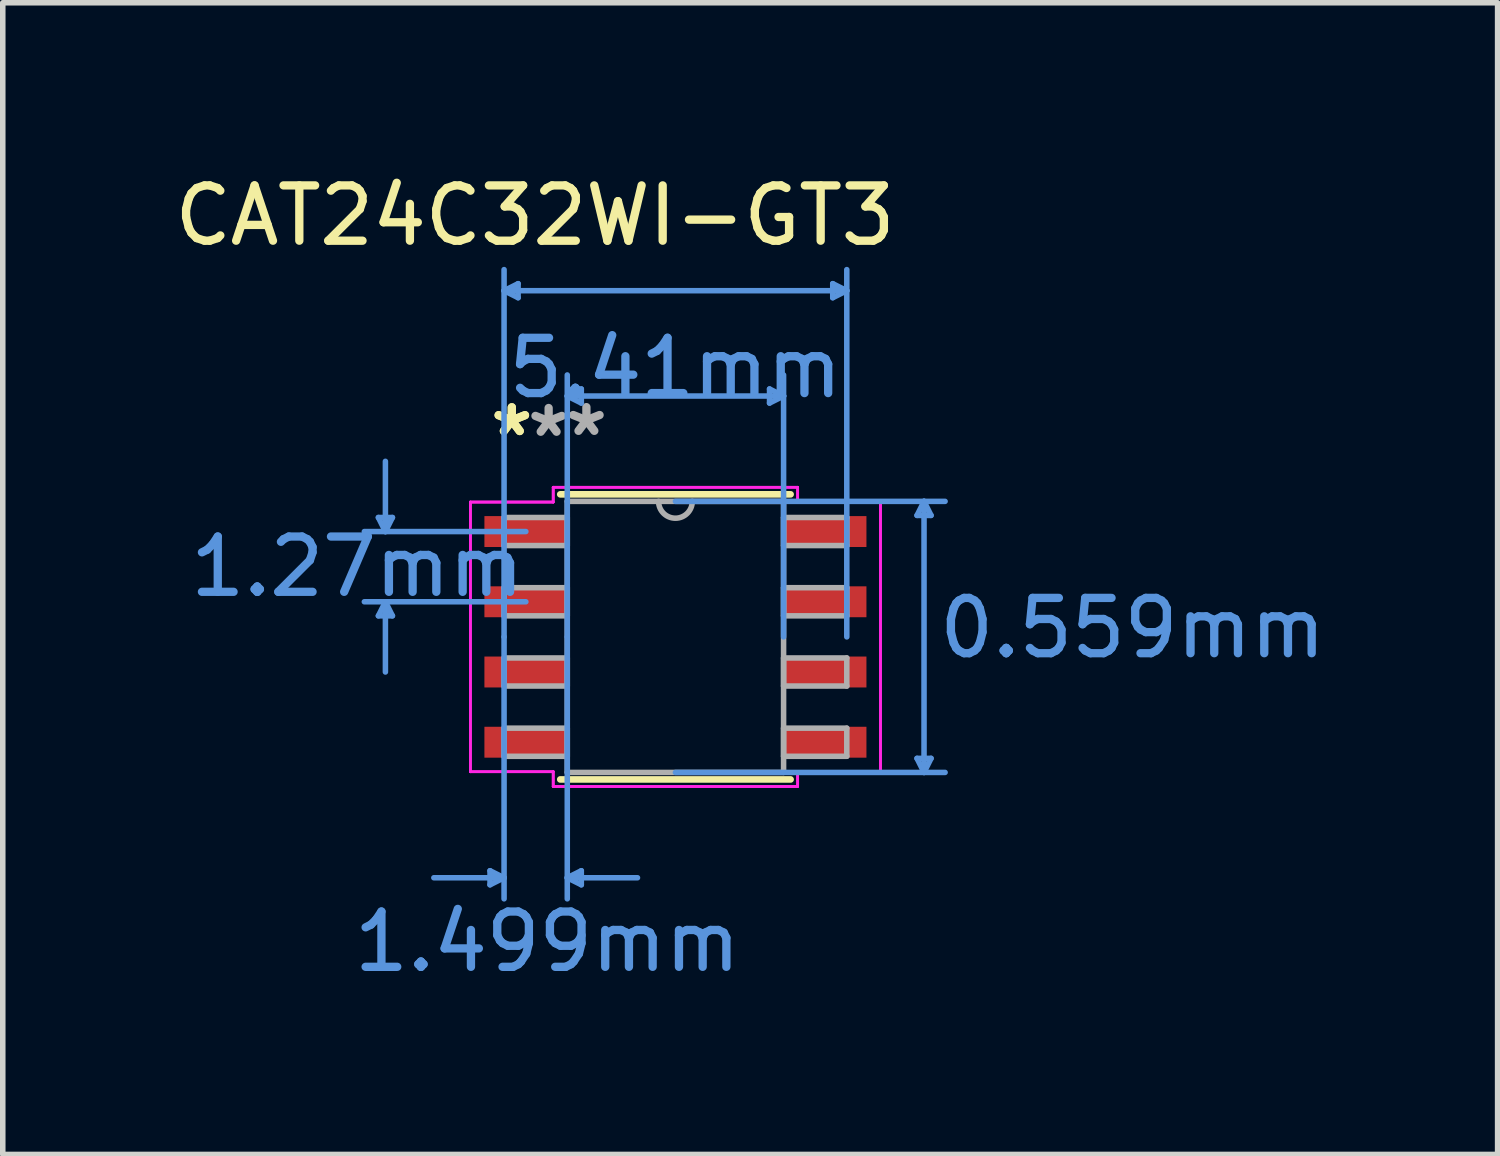
<source format=kicad_pcb>
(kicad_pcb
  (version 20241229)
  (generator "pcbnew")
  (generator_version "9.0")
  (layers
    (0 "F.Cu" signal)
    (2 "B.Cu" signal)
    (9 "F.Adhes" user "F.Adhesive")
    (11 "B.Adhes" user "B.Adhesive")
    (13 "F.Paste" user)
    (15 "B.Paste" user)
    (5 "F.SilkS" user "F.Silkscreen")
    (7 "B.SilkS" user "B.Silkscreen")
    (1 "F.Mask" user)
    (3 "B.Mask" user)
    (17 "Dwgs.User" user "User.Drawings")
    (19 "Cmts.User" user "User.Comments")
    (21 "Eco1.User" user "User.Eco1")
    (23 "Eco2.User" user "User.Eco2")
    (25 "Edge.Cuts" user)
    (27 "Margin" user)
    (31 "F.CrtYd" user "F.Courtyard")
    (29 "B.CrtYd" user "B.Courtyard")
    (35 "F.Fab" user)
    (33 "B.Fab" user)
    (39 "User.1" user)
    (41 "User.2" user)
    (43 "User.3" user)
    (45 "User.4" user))
  (footprint "CAT24C32WI-GT3"
    (layer "F.Cu")
    (at 9.165 8.468)
    (property "Reference" "CAT24C32WI-GT3" (at -2.54 -7.62 0) (layer "F.SilkS") (effects (font (size 1 1) (thickness 0.15))))
    (attr through_hole)
    (fp_line (start -2.083 2.578) (end 2.083 2.578) (stroke (width 0.12) (type solid)) (layer "F.SilkS"))
    (fp_line (start 2.083 -2.578) (end -2.083 -2.578) (stroke (width 0.12) (type solid)) (layer "F.SilkS"))
    (fp_line (start -5.372 -2.159) (end -5.118 -2.159) (stroke (width 0.1) (type solid)) (layer "Cmts.User"))
    (fp_line (start -5.372 -0.381) (end -5.118 -0.381) (stroke (width 0.1) (type solid)) (layer "Cmts.User"))
    (fp_line (start -5.245 -1.905) (end -5.372 -2.159) (stroke (width 0.1) (type solid)) (layer "Cmts.User"))
    (fp_line (start -5.245 -1.905) (end -5.245 -3.175) (stroke (width 0.1) (type solid)) (layer "Cmts.User"))
    (fp_line (start -5.245 -1.905) (end -5.118 -2.159) (stroke (width 0.1) (type solid)) (layer "Cmts.User"))
    (fp_line (start -5.245 -0.635) (end -5.372 -0.381) (stroke (width 0.1) (type solid)) (layer "Cmts.User"))
    (fp_line (start -5.245 -0.635) (end -5.245 0.635) (stroke (width 0.1) (type solid)) (layer "Cmts.User"))
    (fp_line (start -5.245 -0.635) (end -5.118 -0.381) (stroke (width 0.1) (type solid)) (layer "Cmts.User"))
    (fp_line (start -3.353 4.229) (end -3.353 4.483) (stroke (width 0.1) (type solid)) (layer "Cmts.User"))
    (fp_line (start -3.099 -6.261) (end -2.845 -6.388) (stroke (width 0.1) (type solid)) (layer "Cmts.User"))
    (fp_line (start -3.099 -6.261) (end -2.845 -6.134) (stroke (width 0.1) (type solid)) (layer "Cmts.User"))
    (fp_line (start -3.099 -6.261) (end 3.099 -6.261) (stroke (width 0.1) (type solid)) (layer "Cmts.User"))
    (fp_line (start -3.099 0) (end -3.099 -6.642) (stroke (width 0.1) (type solid)) (layer "Cmts.User"))
    (fp_line (start -3.099 0) (end -3.099 4.737) (stroke (width 0.1) (type solid)) (layer "Cmts.User"))
    (fp_line (start -3.099 4.356) (end -4.369 4.356) (stroke (width 0.1) (type solid)) (layer "Cmts.User"))
    (fp_line (start -3.099 4.356) (end -3.353 4.229) (stroke (width 0.1) (type solid)) (layer "Cmts.User"))
    (fp_line (start -3.099 4.356) (end -3.353 4.483) (stroke (width 0.1) (type solid)) (layer "Cmts.User"))
    (fp_line (start -2.845 -6.388) (end -2.845 -6.134) (stroke (width 0.1) (type solid)) (layer "Cmts.User"))
    (fp_line (start -2.705 -1.905) (end -5.626 -1.905) (stroke (width 0.1) (type solid)) (layer "Cmts.User"))
    (fp_line (start -2.705 -0.635) (end -5.626 -0.635) (stroke (width 0.1) (type solid)) (layer "Cmts.User"))
    (fp_line (start -1.956 -4.356) (end -1.702 -4.483) (stroke (width 0.1) (type solid)) (layer "Cmts.User"))
    (fp_line (start -1.956 -4.356) (end -1.702 -4.229) (stroke (width 0.1) (type solid)) (layer "Cmts.User"))
    (fp_line (start -1.956 -4.356) (end 1.956 -4.356) (stroke (width 0.1) (type solid)) (layer "Cmts.User"))
    (fp_line (start -1.956 0) (end -1.956 -4.737) (stroke (width 0.1) (type solid)) (layer "Cmts.User"))
    (fp_line (start -1.956 0) (end -1.956 4.737) (stroke (width 0.1) (type solid)) (layer "Cmts.User"))
    (fp_line (start -1.956 4.356) (end -1.702 4.229) (stroke (width 0.1) (type solid)) (layer "Cmts.User"))
    (fp_line (start -1.956 4.356) (end -1.702 4.483) (stroke (width 0.1) (type solid)) (layer "Cmts.User"))
    (fp_line (start -1.956 4.356) (end -0.686 4.356) (stroke (width 0.1) (type solid)) (layer "Cmts.User"))
    (fp_line (start -1.702 -4.483) (end -1.702 -4.229) (stroke (width 0.1) (type solid)) (layer "Cmts.User"))
    (fp_line (start -1.702 4.229) (end -1.702 4.483) (stroke (width 0.1) (type solid)) (layer "Cmts.User"))
    (fp_line (start 0 -2.451) (end 4.877 -2.451) (stroke (width 0.1) (type solid)) (layer "Cmts.User"))
    (fp_line (start 0 2.451) (end 4.877 2.451) (stroke (width 0.1) (type solid)) (layer "Cmts.User"))
    (fp_line (start 1.702 -4.483) (end 1.702 -4.229) (stroke (width 0.1) (type solid)) (layer "Cmts.User"))
    (fp_line (start 1.956 -4.356) (end 1.702 -4.483) (stroke (width 0.1) (type solid)) (layer "Cmts.User"))
    (fp_line (start 1.956 -4.356) (end 1.702 -4.229) (stroke (width 0.1) (type solid)) (layer "Cmts.User"))
    (fp_line (start 1.956 0) (end 1.956 -4.737) (stroke (width 0.1) (type solid)) (layer "Cmts.User"))
    (fp_line (start 2.845 -6.388) (end 2.845 -6.134) (stroke (width 0.1) (type solid)) (layer "Cmts.User"))
    (fp_line (start 3.099 -6.261) (end 2.845 -6.388) (stroke (width 0.1) (type solid)) (layer "Cmts.User"))
    (fp_line (start 3.099 -6.261) (end 2.845 -6.134) (stroke (width 0.1) (type solid)) (layer "Cmts.User"))
    (fp_line (start 3.099 0) (end 3.099 -6.642) (stroke (width 0.1) (type solid)) (layer "Cmts.User"))
    (fp_line (start 4.369 -2.197) (end 4.623 -2.197) (stroke (width 0.1) (type solid)) (layer "Cmts.User"))
    (fp_line (start 4.369 2.197) (end 4.623 2.197) (stroke (width 0.1) (type solid)) (layer "Cmts.User"))
    (fp_line (start 4.496 -2.451) (end 4.369 -2.197) (stroke (width 0.1) (type solid)) (layer "Cmts.User"))
    (fp_line (start 4.496 -2.451) (end 4.496 2.451) (stroke (width 0.1) (type solid)) (layer "Cmts.User"))
    (fp_line (start 4.496 -2.451) (end 4.623 -2.197) (stroke (width 0.1) (type solid)) (layer "Cmts.User"))
    (fp_line (start 4.496 2.451) (end 4.369 2.197) (stroke (width 0.1) (type solid)) (layer "Cmts.User"))
    (fp_line (start 4.496 2.451) (end 4.623 2.197) (stroke (width 0.1) (type solid)) (layer "Cmts.User"))
    (fp_line (start -3.708 -2.438) (end -2.21 -2.438) (stroke (width 0.05) (type solid)) (layer "F.CrtYd"))
    (fp_line (start -3.708 -2.438) (end -2.21 -2.438) (stroke (width 0.05) (type solid)) (layer "F.CrtYd"))
    (fp_line (start -3.708 2.438) (end -3.708 -2.438) (stroke (width 0.05) (type solid)) (layer "F.CrtYd"))
    (fp_line (start -3.708 2.438) (end -3.708 -2.438) (stroke (width 0.05) (type solid)) (layer "F.CrtYd"))
    (fp_line (start -3.708 2.438) (end -2.21 2.438) (stroke (width 0.05) (type solid)) (layer "F.CrtYd"))
    (fp_line (start -2.21 -2.705) (end 2.21 -2.705) (stroke (width 0.05) (type solid)) (layer "F.CrtYd"))
    (fp_line (start -2.21 -2.705) (end 2.21 -2.705) (stroke (width 0.05) (type solid)) (layer "F.CrtYd"))
    (fp_line (start -2.21 -2.438) (end -2.21 -2.705) (stroke (width 0.05) (type solid)) (layer "F.CrtYd"))
    (fp_line (start -2.21 -2.438) (end -2.21 -2.705) (stroke (width 0.05) (type solid)) (layer "F.CrtYd"))
    (fp_line (start -2.21 2.438) (end -3.708 2.438) (stroke (width 0.05) (type solid)) (layer "F.CrtYd"))
    (fp_line (start -2.21 2.705) (end -2.21 2.438) (stroke (width 0.05) (type solid)) (layer "F.CrtYd"))
    (fp_line (start -2.21 2.705) (end -2.21 2.438) (stroke (width 0.05) (type solid)) (layer "F.CrtYd"))
    (fp_line (start 2.21 -2.705) (end 2.21 -2.438) (stroke (width 0.05) (type solid)) (layer "F.CrtYd"))
    (fp_line (start 2.21 -2.705) (end 2.21 -2.438) (stroke (width 0.05) (type solid)) (layer "F.CrtYd"))
    (fp_line (start 2.21 -2.438) (end 3.708 -2.438) (stroke (width 0.05) (type solid)) (layer "F.CrtYd"))
    (fp_line (start 2.21 2.438) (end 2.21 2.705) (stroke (width 0.05) (type solid)) (layer "F.CrtYd"))
    (fp_line (start 2.21 2.438) (end 2.21 2.705) (stroke (width 0.05) (type solid)) (layer "F.CrtYd"))
    (fp_line (start 2.21 2.705) (end -2.21 2.705) (stroke (width 0.05) (type solid)) (layer "F.CrtYd"))
    (fp_line (start 2.21 2.705) (end -2.21 2.705) (stroke (width 0.05) (type solid)) (layer "F.CrtYd"))
    (fp_line (start 3.708 -2.438) (end 2.21 -2.438) (stroke (width 0.05) (type solid)) (layer "F.CrtYd"))
    (fp_line (start 3.708 -2.438) (end 3.708 2.438) (stroke (width 0.05) (type solid)) (layer "F.CrtYd"))
    (fp_line (start 3.708 -2.438) (end 3.708 2.438) (stroke (width 0.05) (type solid)) (layer "F.CrtYd"))
    (fp_line (start 3.708 2.438) (end 2.21 2.438) (stroke (width 0.05) (type solid)) (layer "F.CrtYd"))
    (fp_line (start 3.708 2.438) (end 2.21 2.438) (stroke (width 0.05) (type solid)) (layer "F.CrtYd"))
    (fp_line (start -3.099 -2.159) (end -3.099 -1.651) (stroke (width 0.1) (type solid)) (layer "F.Fab"))
    (fp_line (start -3.099 -1.651) (end -1.956 -1.651) (stroke (width 0.1) (type solid)) (layer "F.Fab"))
    (fp_line (start -3.099 -0.889) (end -3.099 -0.381) (stroke (width 0.1) (type solid)) (layer "F.Fab"))
    (fp_line (start -3.099 -0.381) (end -1.956 -0.381) (stroke (width 0.1) (type solid)) (layer "F.Fab"))
    (fp_line (start -3.099 0.381) (end -3.099 0.889) (stroke (width 0.1) (type solid)) (layer "F.Fab"))
    (fp_line (start -3.099 0.889) (end -1.956 0.889) (stroke (width 0.1) (type solid)) (layer "F.Fab"))
    (fp_line (start -3.099 1.651) (end -3.099 2.159) (stroke (width 0.1) (type solid)) (layer "F.Fab"))
    (fp_line (start -3.099 2.159) (end -1.956 2.159) (stroke (width 0.1) (type solid)) (layer "F.Fab"))
    (fp_line (start -1.956 -2.451) (end -1.956 2.451) (stroke (width 0.1) (type solid)) (layer "F.Fab"))
    (fp_line (start -1.956 -2.159) (end -3.099 -2.159) (stroke (width 0.1) (type solid)) (layer "F.Fab"))
    (fp_line (start -1.956 -1.651) (end -1.956 -2.159) (stroke (width 0.1) (type solid)) (layer "F.Fab"))
    (fp_line (start -1.956 -0.889) (end -3.099 -0.889) (stroke (width 0.1) (type solid)) (layer "F.Fab"))
    (fp_line (start -1.956 -0.381) (end -1.956 -0.889) (stroke (width 0.1) (type solid)) (layer "F.Fab"))
    (fp_line (start -1.956 0.381) (end -3.099 0.381) (stroke (width 0.1) (type solid)) (layer "F.Fab"))
    (fp_line (start -1.956 0.889) (end -1.956 0.381) (stroke (width 0.1) (type solid)) (layer "F.Fab"))
    (fp_line (start -1.956 1.651) (end -3.099 1.651) (stroke (width 0.1) (type solid)) (layer "F.Fab"))
    (fp_line (start -1.956 2.159) (end -1.956 1.651) (stroke (width 0.1) (type solid)) (layer "F.Fab"))
    (fp_line (start -1.956 2.451) (end 1.956 2.451) (stroke (width 0.1) (type solid)) (layer "F.Fab"))
    (fp_line (start 1.956 -2.451) (end -1.956 -2.451) (stroke (width 0.1) (type solid)) (layer "F.Fab"))
    (fp_line (start 1.956 -2.159) (end 1.956 -1.651) (stroke (width 0.1) (type solid)) (layer "F.Fab"))
    (fp_line (start 1.956 -1.651) (end 3.099 -1.651) (stroke (width 0.1) (type solid)) (layer "F.Fab"))
    (fp_line (start 1.956 -0.889) (end 1.956 -0.381) (stroke (width 0.1) (type solid)) (layer "F.Fab"))
    (fp_line (start 1.956 -0.381) (end 3.099 -0.381) (stroke (width 0.1) (type solid)) (layer "F.Fab"))
    (fp_line (start 1.956 0.381) (end 1.956 0.889) (stroke (width 0.1) (type solid)) (layer "F.Fab"))
    (fp_line (start 1.956 0.889) (end 3.099 0.889) (stroke (width 0.1) (type solid)) (layer "F.Fab"))
    (fp_line (start 1.956 1.651) (end 1.956 2.159) (stroke (width 0.1) (type solid)) (layer "F.Fab"))
    (fp_line (start 1.956 2.159) (end 3.099 2.159) (stroke (width 0.1) (type solid)) (layer "F.Fab"))
    (fp_line (start 1.956 2.451) (end 1.956 -2.451) (stroke (width 0.1) (type solid)) (layer "F.Fab"))
    (fp_line (start 3.099 -2.159) (end 1.956 -2.159) (stroke (width 0.1) (type solid)) (layer "F.Fab"))
    (fp_line (start 3.099 -1.651) (end 3.099 -2.159) (stroke (width 0.1) (type solid)) (layer "F.Fab"))
    (fp_line (start 3.099 -0.889) (end 1.956 -0.889) (stroke (width 0.1) (type solid)) (layer "F.Fab"))
    (fp_line (start 3.099 -0.381) (end 3.099 -0.889) (stroke (width 0.1) (type solid)) (layer "F.Fab"))
    (fp_line (start 3.099 0.381) (end 1.956 0.381) (stroke (width 0.1) (type solid)) (layer "F.Fab"))
    (fp_line (start 3.099 0.889) (end 3.099 0.381) (stroke (width 0.1) (type solid)) (layer "F.Fab"))
    (fp_line (start 3.099 1.651) (end 1.956 1.651) (stroke (width 0.1) (type solid)) (layer "F.Fab"))
    (fp_line (start 3.099 2.159) (end 3.099 1.651) (stroke (width 0.1) (type solid)) (layer "F.Fab"))
    (fp_arc (start 0.3048 -2.4511) (mid 0 -2.1463) (end -0.3048 -2.4511) (stroke (width 0.1) (type solid)) (layer "F.Fab"))
    (fp_text user "*" (at -2.959 -3.607 0) (layer "F.SilkS") (effects (font (size 1 1) (thickness 0.15))))
    (fp_text user "*" (at -2.959 -3.607 0) (layer "F.SilkS") (effects (font (size 1 1) (thickness 0.15))))
    (fp_text user "1.27mm" (at -5.753 -1.27 0) (layer "Cmts.User") (effects (font (size 1 1) (thickness 0.15))))
    (fp_text user "0.559mm" (at 8.268 -0.16 0) (layer "Cmts.User") (effects (font (size 1 1) (thickness 0.15))))
    (fp_text user "5.41mm" (at 0 -4.864 0) (layer "Cmts.User") (effects (font (size 1 1) (thickness 0.15))))
    (fp_text user "1.499mm" (at -2.317 5.512 0) (layer "Cmts.User") (effects (font (size 1 1) (thickness 0.15))))
    (fp_text user "*" (at -1.61 -3.61 0) (layer "F.Fab") (effects (font (size 1 1) (thickness 0.15))))
    (fp_text user "*" (at -2.293 -3.594 0) (layer "F.Fab") (effects (font (size 1 1) (thickness 0.15))))
    (pad "1" smd rect (at -2.705 -1.905) (size 1.499 0.559) (layers "F.Cu" "F.Mask" "F.Paste"))
    (pad "2" smd rect (at -2.705 -0.635) (size 1.499 0.559) (layers "F.Cu" "F.Mask" "F.Paste"))
    (pad "3" smd rect (at -2.705 0.635) (size 1.499 0.559) (layers "F.Cu" "F.Mask" "F.Paste"))
    (pad "4" smd rect (at -2.705 1.905) (size 1.499 0.559) (layers "F.Cu" "F.Mask" "F.Paste"))
    (pad "5" smd rect (at 2.705 1.905) (size 1.499 0.559) (layers "F.Cu" "F.Mask" "F.Paste"))
    (pad "6" smd rect (at 2.705 0.635) (size 1.499 0.559) (layers "F.Cu" "F.Mask" "F.Paste"))
    (pad "7" smd rect (at 2.705 -0.635) (size 1.499 0.559) (layers "F.Cu" "F.Mask" "F.Paste"))
    (pad "8" smd rect (at 2.705 -1.905) (size 1.499 0.559) (layers "F.Cu" "F.Mask" "F.Paste")))
  (gr_rect
    (start -3 -3)
    (end 24.034 17.828)
    (stroke (width 0.1) (type default))
    (fill no)
    (layer "Edge.Cuts")))
</source>
